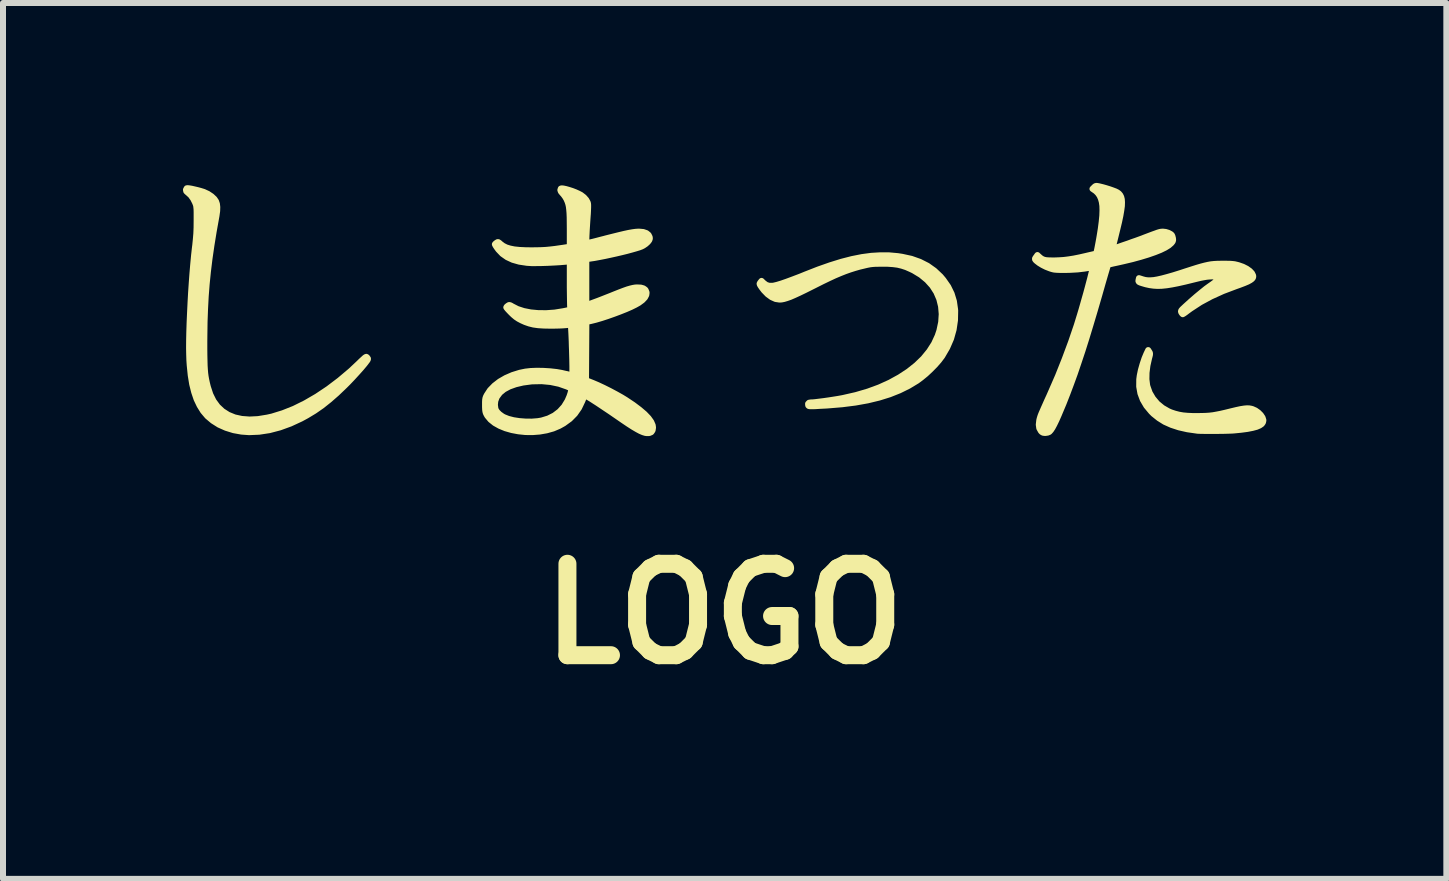
<source format=kicad_pcb>
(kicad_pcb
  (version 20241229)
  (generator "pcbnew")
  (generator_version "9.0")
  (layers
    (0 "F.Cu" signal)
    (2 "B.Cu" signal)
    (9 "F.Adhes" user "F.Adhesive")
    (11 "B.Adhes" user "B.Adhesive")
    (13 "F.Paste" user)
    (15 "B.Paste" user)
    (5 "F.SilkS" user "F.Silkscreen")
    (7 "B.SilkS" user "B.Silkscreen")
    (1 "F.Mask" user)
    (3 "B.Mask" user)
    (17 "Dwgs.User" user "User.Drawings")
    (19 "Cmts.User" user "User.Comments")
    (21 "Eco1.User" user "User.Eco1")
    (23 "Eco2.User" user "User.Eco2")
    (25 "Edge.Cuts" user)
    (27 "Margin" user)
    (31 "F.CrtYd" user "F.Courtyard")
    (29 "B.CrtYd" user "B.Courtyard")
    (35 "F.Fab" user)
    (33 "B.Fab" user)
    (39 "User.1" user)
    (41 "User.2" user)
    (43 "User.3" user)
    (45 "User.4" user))
  (footprint "LOGO"
    (layer "F.Cu")
    (at 9.022 2.103)
    (property "Reference" "LOGO" (at 0 5.08 0) (layer "F.SilkS") (effects (font (size 1.524 1.524) (thickness 0.3))))
    (attr through_hole)
    (fp_poly (pts (xy 8.989 1.856) (xy 8.982 1.888) (xy 8.962 1.916) (xy 8.927 1.94) (xy 8.876 1.962) (xy 8.809 1.98) (xy 8.723 1.997) (xy 8.618 2.011) (xy 8.507 2.022) (xy 8.467 2.025) (xy 8.411 2.027) (xy 8.344 2.029) (xy 8.27 2.03) (xy 8.192 2.031) (xy 8.114 2.031) (xy 8.041 2.031) (xy 7.976 2.03) (xy 7.924 2.029) (xy 7.888 2.027) (xy 7.883 2.026) (xy 7.723 2.003) (xy 7.582 1.971) (xy 7.457 1.93) (xy 7.345 1.88) (xy 7.246 1.818) (xy 7.156 1.746) (xy 7.12 1.71) (xy 7.039 1.613) (xy 6.979 1.511) (xy 6.939 1.404) (xy 6.919 1.291) (xy 6.92 1.172) (xy 6.928 1.11) (xy 6.947 1.018) (xy 6.975 0.919) (xy 7.007 0.823) (xy 7.039 0.746) (xy 7.069 0.683) (xy 7.087 0.711) (xy 7.096 0.726) (xy 7.099 0.741) (xy 7.098 0.762) (xy 7.09 0.794) (xy 7.084 0.816) (xy 7.056 0.94) (xy 7.041 1.059) (xy 7.039 1.17) (xy 7.051 1.269) (xy 7.057 1.292) (xy 7.094 1.396) (xy 7.15 1.491) (xy 7.221 1.575) (xy 7.307 1.646) (xy 7.404 1.702) (xy 7.448 1.721) (xy 7.514 1.743) (xy 7.58 1.76) (xy 7.648 1.772) (xy 7.725 1.779) (xy 7.814 1.783) (xy 7.888 1.783) (xy 7.964 1.782) (xy 8.03 1.78) (xy 8.09 1.776) (xy 8.15 1.769) (xy 8.212 1.758) (xy 8.283 1.744) (xy 8.365 1.725) (xy 8.454 1.703) (xy 8.542 1.682) (xy 8.612 1.667) (xy 8.669 1.658) (xy 8.715 1.654) (xy 8.753 1.655) (xy 8.786 1.661) (xy 8.807 1.667) (xy 8.858 1.69) (xy 8.906 1.724) (xy 8.946 1.764) (xy 8.975 1.807) (xy 8.988 1.847) (xy 8.989 1.856)) (stroke (width 0.1) (type solid)) (fill yes) (layer "F.SilkS"))
    (fp_poly (pts (xy 8.82 -0.542) (xy 8.815 -0.522) (xy 8.799 -0.502) (xy 8.77 -0.481) (xy 8.728 -0.458) (xy 8.669 -0.433) (xy 8.593 -0.404) (xy 8.528 -0.381) (xy 8.314 -0.3) (xy 8.118 -0.211) (xy 7.938 -0.114) (xy 7.773 -0.006) (xy 7.721 0.032) (xy 7.688 0.057) (xy 7.662 0.075) (xy 7.646 0.084) (xy 7.645 0.085) (xy 7.635 0.076) (xy 7.622 0.057) (xy 7.616 0.044) (xy 7.616 0.032) (xy 7.623 0.018) (xy 7.64 -0.001) (xy 7.67 -0.029) (xy 7.687 -0.045) (xy 7.782 -0.131) (xy 7.874 -0.211) (xy 7.96 -0.282) (xy 8.036 -0.343) (xy 8.09 -0.382) (xy 8.133 -0.412) (xy 8.171 -0.44) (xy 8.2 -0.463) (xy 8.214 -0.474) (xy 8.23 -0.492) (xy 8.232 -0.506) (xy 8.224 -0.522) (xy 8.214 -0.533) (xy 8.2 -0.54) (xy 8.178 -0.544) (xy 8.141 -0.545) (xy 8.119 -0.545) (xy 8.082 -0.543) (xy 8.042 -0.539) (xy 7.995 -0.531) (xy 7.938 -0.52) (xy 7.867 -0.503) (xy 7.814 -0.49) (xy 7.68 -0.457) (xy 7.564 -0.431) (xy 7.462 -0.411) (xy 7.374 -0.397) (xy 7.295 -0.389) (xy 7.224 -0.387) (xy 7.158 -0.391) (xy 7.094 -0.4) (xy 7.03 -0.414) (xy 6.972 -0.431) (xy 6.935 -0.443) (xy 6.914 -0.454) (xy 6.906 -0.467) (xy 6.908 -0.485) (xy 6.909 -0.489) (xy 6.915 -0.516) (xy 6.981 -0.495) (xy 7.02 -0.485) (xy 7.062 -0.48) (xy 7.11 -0.48) (xy 7.164 -0.484) (xy 7.227 -0.495) (xy 7.302 -0.512) (xy 7.388 -0.535) (xy 7.49 -0.564) (xy 7.608 -0.601) (xy 7.693 -0.629) (xy 7.796 -0.662) (xy 7.881 -0.689) (xy 7.953 -0.71) (xy 8.014 -0.726) (xy 8.068 -0.738) (xy 8.118 -0.747) (xy 8.167 -0.752) (xy 8.219 -0.755) (xy 8.275 -0.756) (xy 8.311 -0.756) (xy 8.38 -0.756) (xy 8.433 -0.755) (xy 8.474 -0.752) (xy 8.509 -0.748) (xy 8.543 -0.74) (xy 8.574 -0.732) (xy 8.648 -0.706) (xy 8.711 -0.674) (xy 8.763 -0.637) (xy 8.799 -0.599) (xy 8.818 -0.56) (xy 8.82 -0.542)) (stroke (width 0.1) (type solid)) (fill yes) (layer "F.SilkS"))
    (fp_poly (pts (xy -5.938 0.825) (xy -5.939 0.839) (xy -5.95 0.857) (xy -5.994 0.915) (xy -6.051 0.983) (xy -6.119 1.059) (xy -6.194 1.141) (xy -6.274 1.225) (xy -6.325 1.276) (xy -6.458 1.403) (xy -6.584 1.513) (xy -6.707 1.611) (xy -6.831 1.697) (xy -6.96 1.775) (xy -7.054 1.826) (xy -7.231 1.908) (xy -7.407 1.972) (xy -7.582 2.018) (xy -7.753 2.044) (xy -7.92 2.051) (xy -8.045 2.042) (xy -8.178 2.018) (xy -8.304 1.979) (xy -8.421 1.927) (xy -8.525 1.861) (xy -8.615 1.785) (xy -8.686 1.701) (xy -8.745 1.606) (xy -8.795 1.501) (xy -8.835 1.383) (xy -8.868 1.251) (xy -8.892 1.104) (xy -8.909 0.938) (xy -8.915 0.852) (xy -8.918 0.758) (xy -8.92 0.646) (xy -8.919 0.518) (xy -8.916 0.377) (xy -8.911 0.225) (xy -8.904 0.067) (xy -8.896 -0.097) (xy -8.887 -0.262) (xy -8.876 -0.427) (xy -8.864 -0.589) (xy -8.851 -0.744) (xy -8.837 -0.891) (xy -8.822 -1.026) (xy -8.817 -1.064) (xy -8.807 -1.163) (xy -8.799 -1.259) (xy -8.795 -1.359) (xy -8.794 -1.471) (xy -8.794 -1.482) (xy -8.794 -1.558) (xy -8.794 -1.617) (xy -8.795 -1.661) (xy -8.798 -1.693) (xy -8.801 -1.719) (xy -8.806 -1.74) (xy -8.814 -1.76) (xy -8.817 -1.77) (xy -8.852 -1.84) (xy -8.893 -1.897) (xy -8.938 -1.938) (xy -8.941 -1.94) (xy -8.967 -1.964) (xy -8.972 -1.99) (xy -8.959 -2.014) (xy -8.945 -2.016) (xy -8.915 -2.013) (xy -8.875 -2.006) (xy -8.827 -1.995) (xy -8.776 -1.983) (xy -8.728 -1.97) (xy -8.686 -1.957) (xy -8.674 -1.953) (xy -8.605 -1.921) (xy -8.545 -1.881) (xy -8.498 -1.837) (xy -8.471 -1.797) (xy -8.456 -1.753) (xy -8.45 -1.701) (xy -8.452 -1.637) (xy -8.463 -1.558) (xy -8.465 -1.546) (xy -8.51 -1.295) (xy -8.548 -1.061) (xy -8.58 -0.839) (xy -8.606 -0.626) (xy -8.627 -0.418) (xy -8.643 -0.212) (xy -8.654 -0.003) (xy -8.662 0.212) (xy -8.665 0.436) (xy -8.666 0.54) (xy -8.666 0.665) (xy -8.665 0.772) (xy -8.663 0.863) (xy -8.661 0.94) (xy -8.657 1.007) (xy -8.652 1.067) (xy -8.645 1.121) (xy -8.636 1.172) (xy -8.625 1.224) (xy -8.612 1.278) (xy -8.607 1.298) (xy -8.566 1.423) (xy -8.512 1.532) (xy -8.444 1.625) (xy -8.363 1.701) (xy -8.269 1.761) (xy -8.162 1.805) (xy -8.044 1.831) (xy -7.913 1.841) (xy -7.771 1.834) (xy -7.617 1.809) (xy -7.536 1.791) (xy -7.355 1.735) (xy -7.169 1.661) (xy -6.981 1.568) (xy -6.79 1.457) (xy -6.6 1.33) (xy -6.411 1.187) (xy -6.225 1.03) (xy -6.094 0.907) (xy -6.048 0.862) (xy -6.014 0.831) (xy -5.991 0.81) (xy -5.975 0.799) (xy -5.965 0.796) (xy -5.957 0.8) (xy -5.95 0.808) (xy -5.95 0.808) (xy -5.938 0.825)) (stroke (width 0.1) (type solid)) (fill yes) (layer "F.SilkS"))
    (fp_poly (pts (xy 3.851 0.026) (xy 3.848 0.185) (xy 3.825 0.341) (xy 3.782 0.494) (xy 3.718 0.641) (xy 3.636 0.782) (xy 3.629 0.792) (xy 3.578 0.859) (xy 3.514 0.932) (xy 3.44 1.007) (xy 3.363 1.079) (xy 3.285 1.143) (xy 3.215 1.195) (xy 3.074 1.28) (xy 2.922 1.355) (xy 2.759 1.42) (xy 2.583 1.475) (xy 2.393 1.521) (xy 2.187 1.558) (xy 1.965 1.586) (xy 1.724 1.606) (xy 1.673 1.609) (xy 1.591 1.613) (xy 1.529 1.617) (xy 1.482 1.619) (xy 1.449 1.619) (xy 1.427 1.618) (xy 1.413 1.616) (xy 1.406 1.612) (xy 1.402 1.606) (xy 1.401 1.604) (xy 1.399 1.578) (xy 1.415 1.561) (xy 1.444 1.556) (xy 1.478 1.555) (xy 1.528 1.55) (xy 1.592 1.542) (xy 1.664 1.533) (xy 1.741 1.522) (xy 1.819 1.51) (xy 1.894 1.498) (xy 1.962 1.486) (xy 1.987 1.481) (xy 2.198 1.433) (xy 2.399 1.374) (xy 2.587 1.305) (xy 2.763 1.225) (xy 2.925 1.136) (xy 3.073 1.039) (xy 3.205 0.934) (xy 3.321 0.822) (xy 3.419 0.702) (xy 3.499 0.577) (xy 3.559 0.447) (xy 3.588 0.36) (xy 3.618 0.219) (xy 3.627 0.083) (xy 3.616 -0.047) (xy 3.586 -0.169) (xy 3.537 -0.283) (xy 3.469 -0.389) (xy 3.383 -0.484) (xy 3.279 -0.57) (xy 3.157 -0.644) (xy 3.109 -0.667) (xy 3.034 -0.7) (xy 2.964 -0.723) (xy 2.893 -0.74) (xy 2.816 -0.75) (xy 2.728 -0.756) (xy 2.647 -0.757) (xy 2.575 -0.756) (xy 2.519 -0.755) (xy 2.473 -0.752) (xy 2.432 -0.747) (xy 2.39 -0.739) (xy 2.342 -0.728) (xy 2.339 -0.727) (xy 2.255 -0.707) (xy 2.175 -0.684) (xy 2.096 -0.659) (xy 2.017 -0.631) (xy 1.934 -0.598) (xy 1.844 -0.56) (xy 1.745 -0.514) (xy 1.635 -0.461) (xy 1.51 -0.398) (xy 1.456 -0.371) (xy 1.344 -0.315) (xy 1.249 -0.269) (xy 1.168 -0.232) (xy 1.101 -0.203) (xy 1.044 -0.183) (xy 0.997 -0.169) (xy 0.956 -0.161) (xy 0.924 -0.159) (xy 0.858 -0.169) (xy 0.791 -0.199) (xy 0.725 -0.247) (xy 0.662 -0.312) (xy 0.627 -0.358) (xy 0.605 -0.39) (xy 0.594 -0.41) (xy 0.591 -0.424) (xy 0.597 -0.436) (xy 0.603 -0.445) (xy 0.623 -0.47) (xy 0.658 -0.436) (xy 0.701 -0.404) (xy 0.751 -0.388) (xy 0.81 -0.389) (xy 0.83 -0.392) (xy 0.884 -0.405) (xy 0.957 -0.427) (xy 1.046 -0.458) (xy 1.151 -0.497) (xy 1.272 -0.543) (xy 1.355 -0.577) (xy 1.57 -0.661) (xy 1.769 -0.731) (xy 1.956 -0.789) (xy 2.131 -0.834) (xy 2.297 -0.867) (xy 2.454 -0.888) (xy 2.605 -0.897) (xy 2.751 -0.896) (xy 2.894 -0.883) (xy 2.965 -0.872) (xy 3.121 -0.838) (xy 3.262 -0.788) (xy 3.39 -0.723) (xy 3.504 -0.642) (xy 3.607 -0.545) (xy 3.655 -0.488) (xy 3.734 -0.375) (xy 3.792 -0.256) (xy 3.83 -0.131) (xy 3.849 0.002) (xy 3.851 0.026)) (stroke (width 0.1) (type solid)) (fill yes) (layer "F.SilkS"))
    (fp_poly (pts (xy 7.484 -1.15) (xy 7.477 -1.127) (xy 7.458 -1.102) (xy 7.452 -1.096) (xy 7.412 -1.061) (xy 7.352 -1.024) (xy 7.274 -0.986) (xy 7.179 -0.948) (xy 7.067 -0.909) (xy 6.942 -0.871) (xy 6.803 -0.833) (xy 6.652 -0.797) (xy 6.545 -0.773) (xy 6.493 -0.762) (xy 6.449 -0.752) (xy 6.417 -0.744) (xy 6.401 -0.74) (xy 6.4 -0.739) (xy 6.396 -0.728) (xy 6.387 -0.699) (xy 6.374 -0.654) (xy 6.356 -0.594) (xy 6.335 -0.521) (xy 6.311 -0.439) (xy 6.285 -0.347) (xy 6.257 -0.249) (xy 6.254 -0.238) (xy 6.178 0.023) (xy 6.106 0.264) (xy 6.038 0.488) (xy 5.972 0.697) (xy 5.907 0.892) (xy 5.845 1.075) (xy 5.782 1.248) (xy 5.72 1.413) (xy 5.658 1.571) (xy 5.594 1.723) (xy 5.579 1.759) (xy 5.539 1.85) (xy 5.504 1.922) (xy 5.474 1.978) (xy 5.448 2.017) (xy 5.425 2.043) (xy 5.417 2.049) (xy 5.392 2.059) (xy 5.359 2.064) (xy 5.351 2.065) (xy 5.317 2.061) (xy 5.294 2.048) (xy 5.28 2.033) (xy 5.253 1.985) (xy 5.245 1.926) (xy 5.253 1.855) (xy 5.256 1.841) (xy 5.261 1.822) (xy 5.266 1.805) (xy 5.272 1.786) (xy 5.28 1.764) (xy 5.291 1.737) (xy 5.306 1.703) (xy 5.325 1.659) (xy 5.35 1.603) (xy 5.381 1.533) (xy 5.42 1.448) (xy 5.446 1.389) (xy 5.565 1.116) (xy 5.678 0.832) (xy 5.784 0.547) (xy 5.879 0.268) (xy 5.906 0.18) (xy 5.931 0.099) (xy 5.957 0.012) (xy 5.983 -0.079) (xy 6.009 -0.171) (xy 6.035 -0.262) (xy 6.059 -0.351) (xy 6.081 -0.434) (xy 6.101 -0.509) (xy 6.117 -0.574) (xy 6.13 -0.627) (xy 6.138 -0.666) (xy 6.141 -0.688) (xy 6.141 -0.692) (xy 6.129 -0.692) (xy 6.1 -0.689) (xy 6.059 -0.684) (xy 6.01 -0.676) (xy 6.003 -0.675) (xy 5.893 -0.662) (xy 5.77 -0.655) (xy 5.691 -0.653) (xy 5.624 -0.653) (xy 5.573 -0.654) (xy 5.535 -0.656) (xy 5.503 -0.659) (xy 5.475 -0.665) (xy 5.445 -0.674) (xy 5.425 -0.681) (xy 5.366 -0.704) (xy 5.306 -0.734) (xy 5.252 -0.767) (xy 5.209 -0.8) (xy 5.194 -0.814) (xy 5.183 -0.829) (xy 5.182 -0.842) (xy 5.193 -0.861) (xy 5.199 -0.868) (xy 5.222 -0.901) (xy 5.25 -0.875) (xy 5.278 -0.851) (xy 5.305 -0.834) (xy 5.335 -0.822) (xy 5.372 -0.815) (xy 5.42 -0.812) (xy 5.484 -0.811) (xy 5.506 -0.811) (xy 5.585 -0.814) (xy 5.663 -0.819) (xy 5.743 -0.829) (xy 5.831 -0.843) (xy 5.93 -0.863) (xy 6.044 -0.889) (xy 6.056 -0.892) (xy 6.108 -0.904) (xy 6.152 -0.914) (xy 6.184 -0.922) (xy 6.2 -0.926) (xy 6.202 -0.927) (xy 6.206 -0.938) (xy 6.212 -0.966) (xy 6.221 -1.008) (xy 6.231 -1.06) (xy 6.242 -1.118) (xy 6.253 -1.179) (xy 6.263 -1.239) (xy 6.272 -1.295) (xy 6.278 -1.332) (xy 6.294 -1.455) (xy 6.304 -1.559) (xy 6.307 -1.647) (xy 6.305 -1.722) (xy 6.296 -1.785) (xy 6.281 -1.84) (xy 6.26 -1.888) (xy 6.257 -1.893) (xy 6.229 -1.933) (xy 6.196 -1.966) (xy 6.182 -1.976) (xy 6.14 -2.005) (xy 6.167 -2.032) (xy 6.182 -2.046) (xy 6.197 -2.053) (xy 6.217 -2.053) (xy 6.249 -2.047) (xy 6.257 -2.045) (xy 6.307 -2.033) (xy 6.364 -2.017) (xy 6.422 -1.999) (xy 6.476 -1.98) (xy 6.521 -1.963) (xy 6.551 -1.948) (xy 6.552 -1.948) (xy 6.581 -1.927) (xy 6.603 -1.901) (xy 6.619 -1.869) (xy 6.629 -1.829) (xy 6.632 -1.78) (xy 6.63 -1.719) (xy 6.62 -1.646) (xy 6.605 -1.558) (xy 6.583 -1.454) (xy 6.554 -1.333) (xy 6.534 -1.252) (xy 6.517 -1.183) (xy 6.502 -1.122) (xy 6.489 -1.071) (xy 6.48 -1.033) (xy 6.475 -1.011) (xy 6.474 -1.006) (xy 6.487 -1.009) (xy 6.516 -1.019) (xy 6.559 -1.033) (xy 6.612 -1.052) (xy 6.673 -1.073) (xy 6.738 -1.095) (xy 6.803 -1.119) (xy 6.867 -1.141) (xy 6.925 -1.162) (xy 6.974 -1.18) (xy 7.004 -1.192) (xy 7.083 -1.222) (xy 7.144 -1.245) (xy 7.192 -1.262) (xy 7.227 -1.275) (xy 7.254 -1.283) (xy 7.275 -1.288) (xy 7.292 -1.29) (xy 7.308 -1.291) (xy 7.316 -1.291) (xy 7.36 -1.286) (xy 7.406 -1.272) (xy 7.444 -1.252) (xy 7.463 -1.236) (xy 7.473 -1.214) (xy 7.481 -1.183) (xy 7.482 -1.177) (xy 7.484 -1.15)) (stroke (width 0.1) (type solid)) (fill yes) (layer "F.SilkS"))
    (fp_poly (pts (xy -1.186 1.975) (xy -1.193 2.021) (xy -1.214 2.051) (xy -1.249 2.066) (xy -1.298 2.066) (xy -1.316 2.063) (xy -1.352 2.052) (xy -1.397 2.033) (xy -1.451 2.004) (xy -1.516 1.966) (xy -1.594 1.916) (xy -1.686 1.854) (xy -1.744 1.814) (xy -1.818 1.763) (xy -1.898 1.708) (xy -1.979 1.654) (xy -2.055 1.603) (xy -2.121 1.559) (xy -2.151 1.54) (xy -2.211 1.501) (xy -2.256 1.474) (xy -2.288 1.455) (xy -2.31 1.445) (xy -2.323 1.442) (xy -2.33 1.444) (xy -2.331 1.448) (xy -2.339 1.467) (xy -2.351 1.499) (xy -2.365 1.533) (xy -2.419 1.646) (xy -2.488 1.745) (xy -2.551 1.809) (xy -2.551 1.339) (xy -2.56 1.322) (xy -2.58 1.308) (xy -2.612 1.294) (xy -2.619 1.291) (xy -2.751 1.245) (xy -2.893 1.215) (xy -3.041 1.201) (xy -3.191 1.204) (xy -3.212 1.205) (xy -3.354 1.224) (xy -3.477 1.253) (xy -3.583 1.291) (xy -3.67 1.338) (xy -3.738 1.394) (xy -3.787 1.46) (xy -3.795 1.475) (xy -3.816 1.534) (xy -3.822 1.597) (xy -3.814 1.657) (xy -3.808 1.676) (xy -3.785 1.713) (xy -3.747 1.751) (xy -3.7 1.785) (xy -3.674 1.8) (xy -3.602 1.829) (xy -3.513 1.852) (xy -3.415 1.867) (xy -3.311 1.875) (xy -3.206 1.876) (xy -3.105 1.868) (xy -3.041 1.857) (xy -2.93 1.823) (xy -2.831 1.773) (xy -2.743 1.706) (xy -2.669 1.624) (xy -2.611 1.529) (xy -2.578 1.452) (xy -2.561 1.4) (xy -2.552 1.363) (xy -2.551 1.339) (xy -2.551 1.809) (xy -2.573 1.831) (xy -2.675 1.905) (xy -2.75 1.947) (xy -2.851 1.99) (xy -2.961 2.021) (xy -3.076 2.041) (xy -3.193 2.05) (xy -3.312 2.049) (xy -3.428 2.037) (xy -3.54 2.016) (xy -3.645 1.986) (xy -3.74 1.947) (xy -3.824 1.9) (xy -3.894 1.844) (xy -3.947 1.781) (xy -3.961 1.757) (xy -3.973 1.732) (xy -3.98 1.707) (xy -3.984 1.677) (xy -3.986 1.634) (xy -3.986 1.599) (xy -3.986 1.547) (xy -3.984 1.51) (xy -3.979 1.483) (xy -3.97 1.458) (xy -3.956 1.431) (xy -3.903 1.35) (xy -3.83 1.275) (xy -3.742 1.207) (xy -3.64 1.148) (xy -3.527 1.099) (xy -3.405 1.061) (xy -3.312 1.042) (xy -3.224 1.032) (xy -3.122 1.028) (xy -3.012 1.03) (xy -2.901 1.037) (xy -2.794 1.049) (xy -2.714 1.063) (xy -2.662 1.075) (xy -2.615 1.085) (xy -2.579 1.095) (xy -2.558 1.101) (xy -2.53 1.111) (xy -2.53 0.95) (xy -2.531 0.901) (xy -2.532 0.84) (xy -2.534 0.77) (xy -2.536 0.695) (xy -2.539 0.618) (xy -2.541 0.541) (xy -2.544 0.468) (xy -2.547 0.402) (xy -2.55 0.346) (xy -2.553 0.303) (xy -2.555 0.276) (xy -2.556 0.269) (xy -2.568 0.264) (xy -2.598 0.263) (xy -2.638 0.267) (xy -2.675 0.27) (xy -2.728 0.273) (xy -2.791 0.275) (xy -2.859 0.276) (xy -2.901 0.276) (xy -3.009 0.274) (xy -3.1 0.268) (xy -3.179 0.257) (xy -3.251 0.239) (xy -3.319 0.215) (xy -3.375 0.19) (xy -3.428 0.162) (xy -3.473 0.132) (xy -3.517 0.095) (xy -3.55 0.063) (xy -3.583 0.029) (xy -3.61 -0.000049) (xy -3.627 -0.021) (xy -3.632 -0.029) (xy -3.624 -0.042) (xy -3.605 -0.057) (xy -3.588 -0.067) (xy -3.573 -0.067) (xy -3.553 -0.058) (xy -3.535 -0.047) (xy -3.447 -0.002) (xy -3.343 0.032) (xy -3.227 0.055) (xy -3.099 0.067) (xy -2.964 0.068) (xy -2.824 0.058) (xy -2.682 0.035) (xy -2.632 0.025) (xy -2.56 0.008) (xy -2.566 -0.03) (xy -2.568 -0.05) (xy -2.569 -0.088) (xy -2.57 -0.141) (xy -2.571 -0.208) (xy -2.572 -0.284) (xy -2.573 -0.368) (xy -2.573 -0.433) (xy -2.573 -0.797) (xy -2.644 -0.79) (xy -2.742 -0.782) (xy -2.845 -0.776) (xy -2.947 -0.771) (xy -3.045 -0.768) (xy -3.135 -0.767) (xy -3.214 -0.767) (xy -3.276 -0.771) (xy -3.289 -0.772) (xy -3.415 -0.791) (xy -3.524 -0.822) (xy -3.617 -0.865) (xy -3.697 -0.921) (xy -3.764 -0.991) (xy -3.794 -1.032) (xy -3.811 -1.058) (xy -3.821 -1.077) (xy -3.822 -1.081) (xy -3.814 -1.091) (xy -3.795 -1.106) (xy -3.795 -1.106) (xy -3.778 -1.116) (xy -3.765 -1.116) (xy -3.748 -1.105) (xy -3.728 -1.087) (xy -3.685 -1.055) (xy -3.634 -1.029) (xy -3.573 -1.01) (xy -3.499 -0.995) (xy -3.411 -0.986) (xy -3.305 -0.981) (xy -3.208 -0.98) (xy -3.119 -0.981) (xy -3.041 -0.983) (xy -2.969 -0.987) (xy -2.897 -0.994) (xy -2.819 -1.003) (xy -2.729 -1.016) (xy -2.681 -1.023) (xy -2.573 -1.04) (xy -2.573 -1.338) (xy -2.574 -1.444) (xy -2.575 -1.531) (xy -2.578 -1.603) (xy -2.583 -1.662) (xy -2.589 -1.711) (xy -2.598 -1.752) (xy -2.61 -1.789) (xy -2.625 -1.824) (xy -2.632 -1.839) (xy -2.655 -1.877) (xy -2.682 -1.913) (xy -2.696 -1.928) (xy -2.722 -1.959) (xy -2.731 -1.985) (xy -2.723 -2.009) (xy -2.709 -2.013) (xy -2.679 -2.01) (xy -2.637 -2.001) (xy -2.588 -1.987) (xy -2.535 -1.97) (xy -2.483 -1.95) (xy -2.434 -1.928) (xy -2.393 -1.907) (xy -2.385 -1.902) (xy -2.337 -1.865) (xy -2.299 -1.822) (xy -2.275 -1.778) (xy -2.27 -1.76) (xy -2.268 -1.736) (xy -2.268 -1.696) (xy -2.27 -1.643) (xy -2.273 -1.584) (xy -2.276 -1.546) (xy -2.281 -1.473) (xy -2.286 -1.395) (xy -2.291 -1.318) (xy -2.294 -1.253) (xy -2.295 -1.236) (xy -2.297 -1.18) (xy -2.297 -1.142) (xy -2.296 -1.119) (xy -2.292 -1.106) (xy -2.286 -1.102) (xy -2.283 -1.101) (xy -2.268 -1.104) (xy -2.236 -1.111) (xy -2.189 -1.122) (xy -2.13 -1.137) (xy -2.062 -1.155) (xy -1.987 -1.174) (xy -1.981 -1.176) (xy -1.858 -1.207) (xy -1.753 -1.233) (xy -1.665 -1.254) (xy -1.591 -1.27) (xy -1.529 -1.281) (xy -1.478 -1.288) (xy -1.435 -1.291) (xy -1.416 -1.291) (xy -1.349 -1.285) (xy -1.296 -1.267) (xy -1.26 -1.238) (xy -1.241 -1.199) (xy -1.239 -1.175) (xy -1.248 -1.149) (xy -1.272 -1.118) (xy -1.306 -1.087) (xy -1.347 -1.059) (xy -1.376 -1.044) (xy -1.415 -1.029) (xy -1.471 -1.012) (xy -1.541 -0.992) (xy -1.622 -0.97) (xy -1.711 -0.948) (xy -1.805 -0.926) (xy -1.9 -0.905) (xy -1.993 -0.885) (xy -2.081 -0.868) (xy -2.161 -0.853) (xy -2.228 -0.843) (xy -2.242 -0.841) (xy -2.298 -0.834) (xy -2.298 -0.45) (xy -2.298 -0.066) (xy -2.163 -0.116) (xy -2.106 -0.137) (xy -2.036 -0.164) (xy -1.96 -0.194) (xy -1.886 -0.223) (xy -1.842 -0.241) (xy -1.749 -0.278) (xy -1.673 -0.307) (xy -1.611 -0.329) (xy -1.559 -0.344) (xy -1.516 -0.354) (xy -1.479 -0.36) (xy -1.445 -0.361) (xy -1.387 -0.358) (xy -1.346 -0.346) (xy -1.317 -0.326) (xy -1.309 -0.316) (xy -1.293 -0.277) (xy -1.298 -0.236) (xy -1.321 -0.192) (xy -1.364 -0.147) (xy -1.424 -0.103) (xy -1.481 -0.071) (xy -1.552 -0.036) (xy -1.639 0.002) (xy -1.737 0.041) (xy -1.841 0.08) (xy -1.946 0.117) (xy -2.047 0.15) (xy -2.139 0.177) (xy -2.215 0.196) (xy -2.297 0.214) (xy -2.3 0.7) (xy -2.303 1.186) (xy -2.192 1.23) (xy -2.105 1.267) (xy -2.007 1.313) (xy -1.905 1.364) (xy -1.804 1.418) (xy -1.711 1.47) (xy -1.644 1.511) (xy -1.518 1.595) (xy -1.413 1.674) (xy -1.327 1.747) (xy -1.261 1.816) (xy -1.216 1.879) (xy -1.191 1.937) (xy -1.186 1.975)) (stroke (width 0.1) (type solid)) (fill yes) (layer "F.SilkS")))
  (gr_rect
    (start -3 -3)
    (end 21.061 11.601)
    (stroke (width 0.1) (type default))
    (fill no)
    (layer "Edge.Cuts")))
</source>
